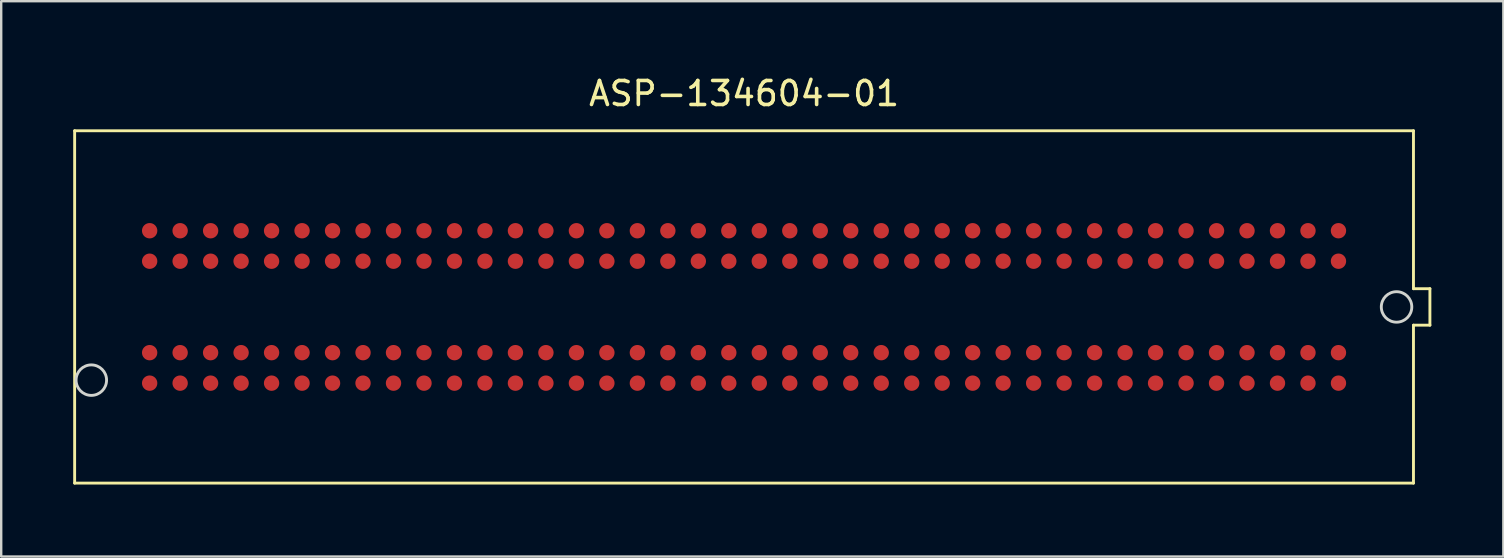
<source format=kicad_pcb>
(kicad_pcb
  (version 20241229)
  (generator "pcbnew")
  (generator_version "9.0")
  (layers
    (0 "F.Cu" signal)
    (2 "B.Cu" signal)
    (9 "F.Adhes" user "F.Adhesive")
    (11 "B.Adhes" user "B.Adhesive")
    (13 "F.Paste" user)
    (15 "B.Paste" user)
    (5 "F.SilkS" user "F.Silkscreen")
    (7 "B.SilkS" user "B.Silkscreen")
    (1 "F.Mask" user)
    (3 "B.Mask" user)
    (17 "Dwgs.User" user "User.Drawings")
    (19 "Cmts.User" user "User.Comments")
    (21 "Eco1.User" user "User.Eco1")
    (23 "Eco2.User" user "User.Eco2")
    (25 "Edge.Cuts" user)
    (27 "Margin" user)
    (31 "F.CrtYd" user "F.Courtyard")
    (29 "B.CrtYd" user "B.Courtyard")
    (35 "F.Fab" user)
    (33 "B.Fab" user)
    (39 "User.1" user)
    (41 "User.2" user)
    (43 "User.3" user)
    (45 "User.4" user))
  (footprint "ASP-134604-01"
    (layer "F.Cu")
    (at 27.95 9.738)
    (property "Reference" "ASP-134604-01" (at 0 -8.89 0) (layer "F.SilkS") (effects (font (size 1 1) (thickness 0.15))))
    (attr through_hole)
    (fp_line (start -27.89 -7.34) (end -27.89 7.34) (stroke (width 0.12) (type solid)) (layer "F.SilkS"))
    (fp_line (start -27.89 7.34) (end 27.89 7.34) (stroke (width 0.12) (type solid)) (layer "F.SilkS"))
    (fp_line (start 27.89 -7.34) (end -27.89 -7.34) (stroke (width 0.12) (type solid)) (layer "F.SilkS"))
    (fp_line (start 27.89 -0.76) (end 27.89 -7.34) (stroke (width 0.12) (type solid)) (layer "F.SilkS"))
    (fp_line (start 27.89 0.76) (end 28.575 0.76) (stroke (width 0.12) (type solid)) (layer "F.SilkS"))
    (fp_line (start 27.89 7.34) (end 27.89 0.76) (stroke (width 0.12) (type solid)) (layer "F.SilkS"))
    (fp_line (start 28.575 -0.76) (end 27.89 -0.76) (stroke (width 0.12) (type solid)) (layer "F.SilkS"))
    (fp_line (start 28.575 0.76) (end 28.575 -0.76) (stroke (width 0.12) (type solid)) (layer "F.SilkS"))
    (fp_circle (center -27.195 3.05) (end -26.56 3.05) (stroke (width 0.12) (type solid)) (fill no) (layer "Edge.Cuts"))
    (fp_circle (center 27.185 0) (end 27.82 0) (stroke (width 0.12) (type solid)) (fill no) (layer "Edge.Cuts"))
    (pad "C1" smd circle (at 24.765 -3.175) (size 0.64 0.64) (layers "F.Cu" "F.Mask" "F.Paste"))
    (pad "C2" smd circle (at 23.495 -3.175) (size 0.64 0.64) (layers "F.Cu" "F.Mask" "F.Paste"))
    (pad "C3" smd circle (at 22.225 -3.175) (size 0.64 0.64) (layers "F.Cu" "F.Mask" "F.Paste"))
    (pad "C4" smd circle (at 20.955 -3.175) (size 0.64 0.64) (layers "F.Cu" "F.Mask" "F.Paste"))
    (pad "C5" smd circle (at 19.685 -3.175) (size 0.64 0.64) (layers "F.Cu" "F.Mask" "F.Paste"))
    (pad "C6" smd circle (at 18.415 -3.175) (size 0.64 0.64) (layers "F.Cu" "F.Mask" "F.Paste"))
    (pad "C7" smd circle (at 17.145 -3.175) (size 0.64 0.64) (layers "F.Cu" "F.Mask" "F.Paste"))
    (pad "C8" smd circle (at 15.875 -3.175) (size 0.64 0.64) (layers "F.Cu" "F.Mask" "F.Paste"))
    (pad "C9" smd circle (at 14.605 -3.175) (size 0.64 0.64) (layers "F.Cu" "F.Mask" "F.Paste"))
    (pad "C10" smd circle (at 13.335 -3.175) (size 0.64 0.64) (layers "F.Cu" "F.Mask" "F.Paste"))
    (pad "C11" smd circle (at 12.065 -3.175) (size 0.64 0.64) (layers "F.Cu" "F.Mask" "F.Paste"))
    (pad "C12" smd circle (at 10.795 -3.175) (size 0.64 0.64) (layers "F.Cu" "F.Mask" "F.Paste"))
    (pad "C13" smd circle (at 9.525 -3.175) (size 0.64 0.64) (layers "F.Cu" "F.Mask" "F.Paste"))
    (pad "C14" smd circle (at 8.255 -3.175) (size 0.64 0.64) (layers "F.Cu" "F.Mask" "F.Paste"))
    (pad "C15" smd circle (at 6.985 -3.175) (size 0.64 0.64) (layers "F.Cu" "F.Mask" "F.Paste"))
    (pad "C16" smd circle (at 5.715 -3.175) (size 0.64 0.64) (layers "F.Cu" "F.Mask" "F.Paste"))
    (pad "C17" smd circle (at 4.445 -3.175) (size 0.64 0.64) (layers "F.Cu" "F.Mask" "F.Paste"))
    (pad "C18" smd circle (at 3.175 -3.175) (size 0.64 0.64) (layers "F.Cu" "F.Mask" "F.Paste"))
    (pad "C19" smd circle (at 1.905 -3.175) (size 0.64 0.64) (layers "F.Cu" "F.Mask" "F.Paste"))
    (pad "C20" smd circle (at 0.635 -3.175) (size 0.64 0.64) (layers "F.Cu" "F.Mask" "F.Paste"))
    (pad "C21" smd circle (at -0.635 -3.175) (size 0.64 0.64) (layers "F.Cu" "F.Mask" "F.Paste"))
    (pad "C22" smd circle (at -1.905 -3.175) (size 0.64 0.64) (layers "F.Cu" "F.Mask" "F.Paste"))
    (pad "C23" smd circle (at -3.175 -3.175) (size 0.64 0.64) (layers "F.Cu" "F.Mask" "F.Paste"))
    (pad "C24" smd circle (at -4.445 -3.175) (size 0.64 0.64) (layers "F.Cu" "F.Mask" "F.Paste"))
    (pad "C25" smd circle (at -5.715 -3.175) (size 0.64 0.64) (layers "F.Cu" "F.Mask" "F.Paste"))
    (pad "C26" smd circle (at -6.985 -3.175) (size 0.64 0.64) (layers "F.Cu" "F.Mask" "F.Paste"))
    (pad "C27" smd circle (at -8.255 -3.175) (size 0.64 0.64) (layers "F.Cu" "F.Mask" "F.Paste"))
    (pad "C28" smd circle (at -9.525 -3.175) (size 0.64 0.64) (layers "F.Cu" "F.Mask" "F.Paste"))
    (pad "C29" smd circle (at -10.795 -3.175) (size 0.64 0.64) (layers "F.Cu" "F.Mask" "F.Paste"))
    (pad "C30" smd circle (at -12.065 -3.175) (size 0.64 0.64) (layers "F.Cu" "F.Mask" "F.Paste"))
    (pad "C31" smd circle (at -13.335 -3.175) (size 0.64 0.64) (layers "F.Cu" "F.Mask" "F.Paste"))
    (pad "C32" smd circle (at -14.605 -3.175) (size 0.64 0.64) (layers "F.Cu" "F.Mask" "F.Paste"))
    (pad "C33" smd circle (at -15.875 -3.175) (size 0.64 0.64) (layers "F.Cu" "F.Mask" "F.Paste"))
    (pad "C34" smd circle (at -17.145 -3.175) (size 0.64 0.64) (layers "F.Cu" "F.Mask" "F.Paste"))
    (pad "C35" smd circle (at -18.415 -3.175) (size 0.64 0.64) (layers "F.Cu" "F.Mask" "F.Paste"))
    (pad "C36" smd circle (at -19.685 -3.175) (size 0.64 0.64) (layers "F.Cu" "F.Mask" "F.Paste"))
    (pad "C37" smd circle (at -20.955 -3.175) (size 0.64 0.64) (layers "F.Cu" "F.Mask" "F.Paste"))
    (pad "C38" smd circle (at -22.225 -3.175) (size 0.64 0.64) (layers "F.Cu" "F.Mask" "F.Paste"))
    (pad "C39" smd circle (at -23.495 -3.175) (size 0.64 0.64) (layers "F.Cu" "F.Mask" "F.Paste"))
    (pad "C40" smd circle (at -24.765 -3.175) (size 0.64 0.64) (layers "F.Cu" "F.Mask" "F.Paste"))
    (pad "D1" smd circle (at 24.765 -1.905) (size 0.64 0.64) (layers "F.Cu" "F.Mask" "F.Paste"))
    (pad "D2" smd circle (at 23.495 -1.905) (size 0.64 0.64) (layers "F.Cu" "F.Mask" "F.Paste"))
    (pad "D3" smd circle (at 22.225 -1.905) (size 0.64 0.64) (layers "F.Cu" "F.Mask" "F.Paste"))
    (pad "D4" smd circle (at 20.955 -1.905) (size 0.64 0.64) (layers "F.Cu" "F.Mask" "F.Paste"))
    (pad "D5" smd circle (at 19.685 -1.905) (size 0.64 0.64) (layers "F.Cu" "F.Mask" "F.Paste"))
    (pad "D6" smd circle (at 18.415 -1.905) (size 0.64 0.64) (layers "F.Cu" "F.Mask" "F.Paste"))
    (pad "D7" smd circle (at 17.145 -1.905) (size 0.64 0.64) (layers "F.Cu" "F.Mask" "F.Paste"))
    (pad "D8" smd circle (at 15.875 -1.905) (size 0.64 0.64) (layers "F.Cu" "F.Mask" "F.Paste"))
    (pad "D9" smd circle (at 14.605 -1.905) (size 0.64 0.64) (layers "F.Cu" "F.Mask" "F.Paste"))
    (pad "D10" smd circle (at 13.335 -1.905) (size 0.64 0.64) (layers "F.Cu" "F.Mask" "F.Paste"))
    (pad "D11" smd circle (at 12.065 -1.905) (size 0.64 0.64) (layers "F.Cu" "F.Mask" "F.Paste"))
    (pad "D12" smd circle (at 10.795 -1.905) (size 0.64 0.64) (layers "F.Cu" "F.Mask" "F.Paste"))
    (pad "D13" smd circle (at 9.525 -1.905) (size 0.64 0.64) (layers "F.Cu" "F.Mask" "F.Paste"))
    (pad "D14" smd circle (at 8.255 -1.905) (size 0.64 0.64) (layers "F.Cu" "F.Mask" "F.Paste"))
    (pad "D15" smd circle (at 6.985 -1.905) (size 0.64 0.64) (layers "F.Cu" "F.Mask" "F.Paste"))
    (pad "D16" smd circle (at 5.715 -1.905) (size 0.64 0.64) (layers "F.Cu" "F.Mask" "F.Paste"))
    (pad "D17" smd circle (at 4.445 -1.905) (size 0.64 0.64) (layers "F.Cu" "F.Mask" "F.Paste"))
    (pad "D18" smd circle (at 3.175 -1.905) (size 0.64 0.64) (layers "F.Cu" "F.Mask" "F.Paste"))
    (pad "D19" smd circle (at 1.905 -1.905) (size 0.64 0.64) (layers "F.Cu" "F.Mask" "F.Paste"))
    (pad "D20" smd circle (at 0.635 -1.905) (size 0.64 0.64) (layers "F.Cu" "F.Mask" "F.Paste"))
    (pad "D21" smd circle (at -0.635 -1.905) (size 0.64 0.64) (layers "F.Cu" "F.Mask" "F.Paste"))
    (pad "D22" smd circle (at -1.905 -1.905) (size 0.64 0.64) (layers "F.Cu" "F.Mask" "F.Paste"))
    (pad "D23" smd circle (at -3.175 -1.905) (size 0.64 0.64) (layers "F.Cu" "F.Mask" "F.Paste"))
    (pad "D24" smd circle (at -4.445 -1.905) (size 0.64 0.64) (layers "F.Cu" "F.Mask" "F.Paste"))
    (pad "D25" smd circle (at -5.715 -1.905) (size 0.64 0.64) (layers "F.Cu" "F.Mask" "F.Paste"))
    (pad "D26" smd circle (at -6.985 -1.905) (size 0.64 0.64) (layers "F.Cu" "F.Mask" "F.Paste"))
    (pad "D27" smd circle (at -8.255 -1.905) (size 0.64 0.64) (layers "F.Cu" "F.Mask" "F.Paste"))
    (pad "D28" smd circle (at -9.525 -1.905) (size 0.64 0.64) (layers "F.Cu" "F.Mask" "F.Paste"))
    (pad "D29" smd circle (at -10.795 -1.905) (size 0.64 0.64) (layers "F.Cu" "F.Mask" "F.Paste"))
    (pad "D30" smd circle (at -12.065 -1.905) (size 0.64 0.64) (layers "F.Cu" "F.Mask" "F.Paste"))
    (pad "D31" smd circle (at -13.335 -1.905) (size 0.64 0.64) (layers "F.Cu" "F.Mask" "F.Paste"))
    (pad "D32" smd circle (at -14.605 -1.905) (size 0.64 0.64) (layers "F.Cu" "F.Mask" "F.Paste"))
    (pad "D33" smd circle (at -15.875 -1.905) (size 0.64 0.64) (layers "F.Cu" "F.Mask" "F.Paste"))
    (pad "D34" smd circle (at -17.145 -1.905) (size 0.64 0.64) (layers "F.Cu" "F.Mask" "F.Paste"))
    (pad "D35" smd circle (at -18.415 -1.905) (size 0.64 0.64) (layers "F.Cu" "F.Mask" "F.Paste"))
    (pad "D36" smd circle (at -19.685 -1.905) (size 0.64 0.64) (layers "F.Cu" "F.Mask" "F.Paste"))
    (pad "D37" smd circle (at -20.955 -1.905) (size 0.64 0.64) (layers "F.Cu" "F.Mask" "F.Paste"))
    (pad "D38" smd circle (at -22.225 -1.905) (size 0.64 0.64) (layers "F.Cu" "F.Mask" "F.Paste"))
    (pad "D39" smd circle (at -23.495 -1.905) (size 0.64 0.64) (layers "F.Cu" "F.Mask" "F.Paste"))
    (pad "D40" smd circle (at -24.765 -1.905) (size 0.64 0.64) (layers "F.Cu" "F.Mask" "F.Paste"))
    (pad "G1" smd circle (at 24.765 1.905) (size 0.64 0.64) (layers "F.Cu" "F.Mask" "F.Paste"))
    (pad "G2" smd circle (at 23.495 1.905) (size 0.64 0.64) (layers "F.Cu" "F.Mask" "F.Paste"))
    (pad "G3" smd circle (at 22.225 1.905) (size 0.64 0.64) (layers "F.Cu" "F.Mask" "F.Paste"))
    (pad "G4" smd circle (at 20.955 1.905) (size 0.64 0.64) (layers "F.Cu" "F.Mask" "F.Paste"))
    (pad "G5" smd circle (at 19.685 1.905) (size 0.64 0.64) (layers "F.Cu" "F.Mask" "F.Paste"))
    (pad "G6" smd circle (at 18.415 1.905) (size 0.64 0.64) (layers "F.Cu" "F.Mask" "F.Paste"))
    (pad "G7" smd circle (at 17.145 1.905) (size 0.64 0.64) (layers "F.Cu" "F.Mask" "F.Paste"))
    (pad "G8" smd circle (at 15.875 1.905) (size 0.64 0.64) (layers "F.Cu" "F.Mask" "F.Paste"))
    (pad "G9" smd circle (at 14.605 1.905) (size 0.64 0.64) (layers "F.Cu" "F.Mask" "F.Paste"))
    (pad "G10" smd circle (at 13.335 1.905) (size 0.64 0.64) (layers "F.Cu" "F.Mask" "F.Paste"))
    (pad "G11" smd circle (at 12.065 1.905) (size 0.64 0.64) (layers "F.Cu" "F.Mask" "F.Paste"))
    (pad "G12" smd circle (at 10.795 1.905) (size 0.64 0.64) (layers "F.Cu" "F.Mask" "F.Paste"))
    (pad "G13" smd circle (at 9.525 1.905) (size 0.64 0.64) (layers "F.Cu" "F.Mask" "F.Paste"))
    (pad "G14" smd circle (at 8.255 1.905) (size 0.64 0.64) (layers "F.Cu" "F.Mask" "F.Paste"))
    (pad "G15" smd circle (at 6.985 1.905) (size 0.64 0.64) (layers "F.Cu" "F.Mask" "F.Paste"))
    (pad "G16" smd circle (at 5.715 1.905) (size 0.64 0.64) (layers "F.Cu" "F.Mask" "F.Paste"))
    (pad "G17" smd circle (at 4.445 1.905) (size 0.64 0.64) (layers "F.Cu" "F.Mask" "F.Paste"))
    (pad "G18" smd circle (at 3.175 1.905) (size 0.64 0.64) (layers "F.Cu" "F.Mask" "F.Paste"))
    (pad "G19" smd circle (at 1.905 1.905) (size 0.64 0.64) (layers "F.Cu" "F.Mask" "F.Paste"))
    (pad "G20" smd circle (at 0.635 1.905) (size 0.64 0.64) (layers "F.Cu" "F.Mask" "F.Paste"))
    (pad "G21" smd circle (at -0.635 1.905) (size 0.64 0.64) (layers "F.Cu" "F.Mask" "F.Paste"))
    (pad "G22" smd circle (at -1.905 1.905) (size 0.64 0.64) (layers "F.Cu" "F.Mask" "F.Paste"))
    (pad "G23" smd circle (at -3.175 1.905) (size 0.64 0.64) (layers "F.Cu" "F.Mask" "F.Paste"))
    (pad "G24" smd circle (at -4.445 1.905) (size 0.64 0.64) (layers "F.Cu" "F.Mask" "F.Paste"))
    (pad "G25" smd circle (at -5.715 1.905) (size 0.64 0.64) (layers "F.Cu" "F.Mask" "F.Paste"))
    (pad "G26" smd circle (at -6.985 1.905) (size 0.64 0.64) (layers "F.Cu" "F.Mask" "F.Paste"))
    (pad "G27" smd circle (at -8.255 1.905) (size 0.64 0.64) (layers "F.Cu" "F.Mask" "F.Paste"))
    (pad "G28" smd circle (at -9.525 1.905) (size 0.64 0.64) (layers "F.Cu" "F.Mask" "F.Paste"))
    (pad "G29" smd circle (at -10.795 1.905) (size 0.64 0.64) (layers "F.Cu" "F.Mask" "F.Paste"))
    (pad "G30" smd circle (at -12.065 1.905) (size 0.64 0.64) (layers "F.Cu" "F.Mask" "F.Paste"))
    (pad "G31" smd circle (at -13.335 1.905) (size 0.64 0.64) (layers "F.Cu" "F.Mask" "F.Paste"))
    (pad "G32" smd circle (at -14.605 1.905) (size 0.64 0.64) (layers "F.Cu" "F.Mask" "F.Paste"))
    (pad "G33" smd circle (at -15.875 1.905) (size 0.64 0.64) (layers "F.Cu" "F.Mask" "F.Paste"))
    (pad "G34" smd circle (at -17.145 1.905) (size 0.64 0.64) (layers "F.Cu" "F.Mask" "F.Paste"))
    (pad "G35" smd circle (at -18.415 1.905) (size 0.64 0.64) (layers "F.Cu" "F.Mask" "F.Paste"))
    (pad "G36" smd circle (at -19.685 1.905) (size 0.64 0.64) (layers "F.Cu" "F.Mask" "F.Paste"))
    (pad "G37" smd circle (at -20.955 1.905) (size 0.64 0.64) (layers "F.Cu" "F.Mask" "F.Paste"))
    (pad "G38" smd circle (at -22.225 1.905) (size 0.64 0.64) (layers "F.Cu" "F.Mask" "F.Paste"))
    (pad "G39" smd circle (at -23.495 1.905) (size 0.64 0.64) (layers "F.Cu" "F.Mask" "F.Paste"))
    (pad "G40" smd circle (at -24.765 1.905) (size 0.64 0.64) (layers "F.Cu" "F.Mask" "F.Paste"))
    (pad "H1" smd circle (at 24.765 3.175) (size 0.64 0.64) (layers "F.Cu" "F.Mask" "F.Paste"))
    (pad "H2" smd circle (at 23.495 3.175) (size 0.64 0.64) (layers "F.Cu" "F.Mask" "F.Paste"))
    (pad "H3" smd circle (at 22.225 3.175) (size 0.64 0.64) (layers "F.Cu" "F.Mask" "F.Paste"))
    (pad "H4" smd circle (at 20.955 3.175) (size 0.64 0.64) (layers "F.Cu" "F.Mask" "F.Paste"))
    (pad "H5" smd circle (at 19.685 3.175) (size 0.64 0.64) (layers "F.Cu" "F.Mask" "F.Paste"))
    (pad "H6" smd circle (at 18.415 3.175) (size 0.64 0.64) (layers "F.Cu" "F.Mask" "F.Paste"))
    (pad "H7" smd circle (at 17.145 3.175) (size 0.64 0.64) (layers "F.Cu" "F.Mask" "F.Paste"))
    (pad "H8" smd circle (at 15.875 3.175) (size 0.64 0.64) (layers "F.Cu" "F.Mask" "F.Paste"))
    (pad "H9" smd circle (at 14.605 3.175) (size 0.64 0.64) (layers "F.Cu" "F.Mask" "F.Paste"))
    (pad "H10" smd circle (at 13.335 3.175) (size 0.64 0.64) (layers "F.Cu" "F.Mask" "F.Paste"))
    (pad "H11" smd circle (at 12.065 3.175) (size 0.64 0.64) (layers "F.Cu" "F.Mask" "F.Paste"))
    (pad "H12" smd circle (at 10.795 3.175) (size 0.64 0.64) (layers "F.Cu" "F.Mask" "F.Paste"))
    (pad "H13" smd circle (at 9.525 3.175) (size 0.64 0.64) (layers "F.Cu" "F.Mask" "F.Paste"))
    (pad "H14" smd circle (at 8.255 3.175) (size 0.64 0.64) (layers "F.Cu" "F.Mask" "F.Paste"))
    (pad "H15" smd circle (at 6.985 3.175) (size 0.64 0.64) (layers "F.Cu" "F.Mask" "F.Paste"))
    (pad "H16" smd circle (at 5.715 3.175) (size 0.64 0.64) (layers "F.Cu" "F.Mask" "F.Paste"))
    (pad "H17" smd circle (at 4.445 3.175) (size 0.64 0.64) (layers "F.Cu" "F.Mask" "F.Paste"))
    (pad "H18" smd circle (at 3.175 3.175) (size 0.64 0.64) (layers "F.Cu" "F.Mask" "F.Paste"))
    (pad "H19" smd circle (at 1.905 3.175) (size 0.64 0.64) (layers "F.Cu" "F.Mask" "F.Paste"))
    (pad "H20" smd circle (at 0.635 3.175) (size 0.64 0.64) (layers "F.Cu" "F.Mask" "F.Paste"))
    (pad "H21" smd circle (at -0.635 3.175) (size 0.64 0.64) (layers "F.Cu" "F.Mask" "F.Paste"))
    (pad "H22" smd circle (at -1.905 3.175) (size 0.64 0.64) (layers "F.Cu" "F.Mask" "F.Paste"))
    (pad "H23" smd circle (at -3.175 3.175) (size 0.64 0.64) (layers "F.Cu" "F.Mask" "F.Paste"))
    (pad "H24" smd circle (at -4.445 3.175) (size 0.64 0.64) (layers "F.Cu" "F.Mask" "F.Paste"))
    (pad "H25" smd circle (at -5.715 3.175) (size 0.64 0.64) (layers "F.Cu" "F.Mask" "F.Paste"))
    (pad "H26" smd circle (at -6.985 3.175) (size 0.64 0.64) (layers "F.Cu" "F.Mask" "F.Paste"))
    (pad "H27" smd circle (at -8.255 3.175) (size 0.64 0.64) (layers "F.Cu" "F.Mask" "F.Paste"))
    (pad "H28" smd circle (at -9.525 3.175) (size 0.64 0.64) (layers "F.Cu" "F.Mask" "F.Paste"))
    (pad "H29" smd circle (at -10.795 3.175) (size 0.64 0.64) (layers "F.Cu" "F.Mask" "F.Paste"))
    (pad "H30" smd circle (at -12.065 3.175) (size 0.64 0.64) (layers "F.Cu" "F.Mask" "F.Paste"))
    (pad "H31" smd circle (at -13.335 3.175) (size 0.64 0.64) (layers "F.Cu" "F.Mask" "F.Paste"))
    (pad "H32" smd circle (at -14.605 3.175) (size 0.64 0.64) (layers "F.Cu" "F.Mask" "F.Paste"))
    (pad "H33" smd circle (at -15.875 3.175) (size 0.64 0.64) (layers "F.Cu" "F.Mask" "F.Paste"))
    (pad "H34" smd circle (at -17.145 3.175) (size 0.64 0.64) (layers "F.Cu" "F.Mask" "F.Paste"))
    (pad "H35" smd circle (at -18.415 3.175) (size 0.64 0.64) (layers "F.Cu" "F.Mask" "F.Paste"))
    (pad "H36" smd circle (at -19.685 3.175) (size 0.64 0.64) (layers "F.Cu" "F.Mask" "F.Paste"))
    (pad "H37" smd circle (at -20.955 3.175) (size 0.64 0.64) (layers "F.Cu" "F.Mask" "F.Paste"))
    (pad "H38" smd circle (at -22.225 3.175) (size 0.64 0.64) (layers "F.Cu" "F.Mask" "F.Paste"))
    (pad "H39" smd circle (at -23.495 3.175) (size 0.64 0.64) (layers "F.Cu" "F.Mask" "F.Paste"))
    (pad "H40" smd circle (at -24.765 3.175) (size 0.64 0.64) (layers "F.Cu" "F.Mask" "F.Paste")))
  (gr_rect
    (start -3 -3)
    (end 59.585 20.138)
    (stroke (width 0.1) (type default))
    (fill no)
    (layer "Edge.Cuts")))
</source>
